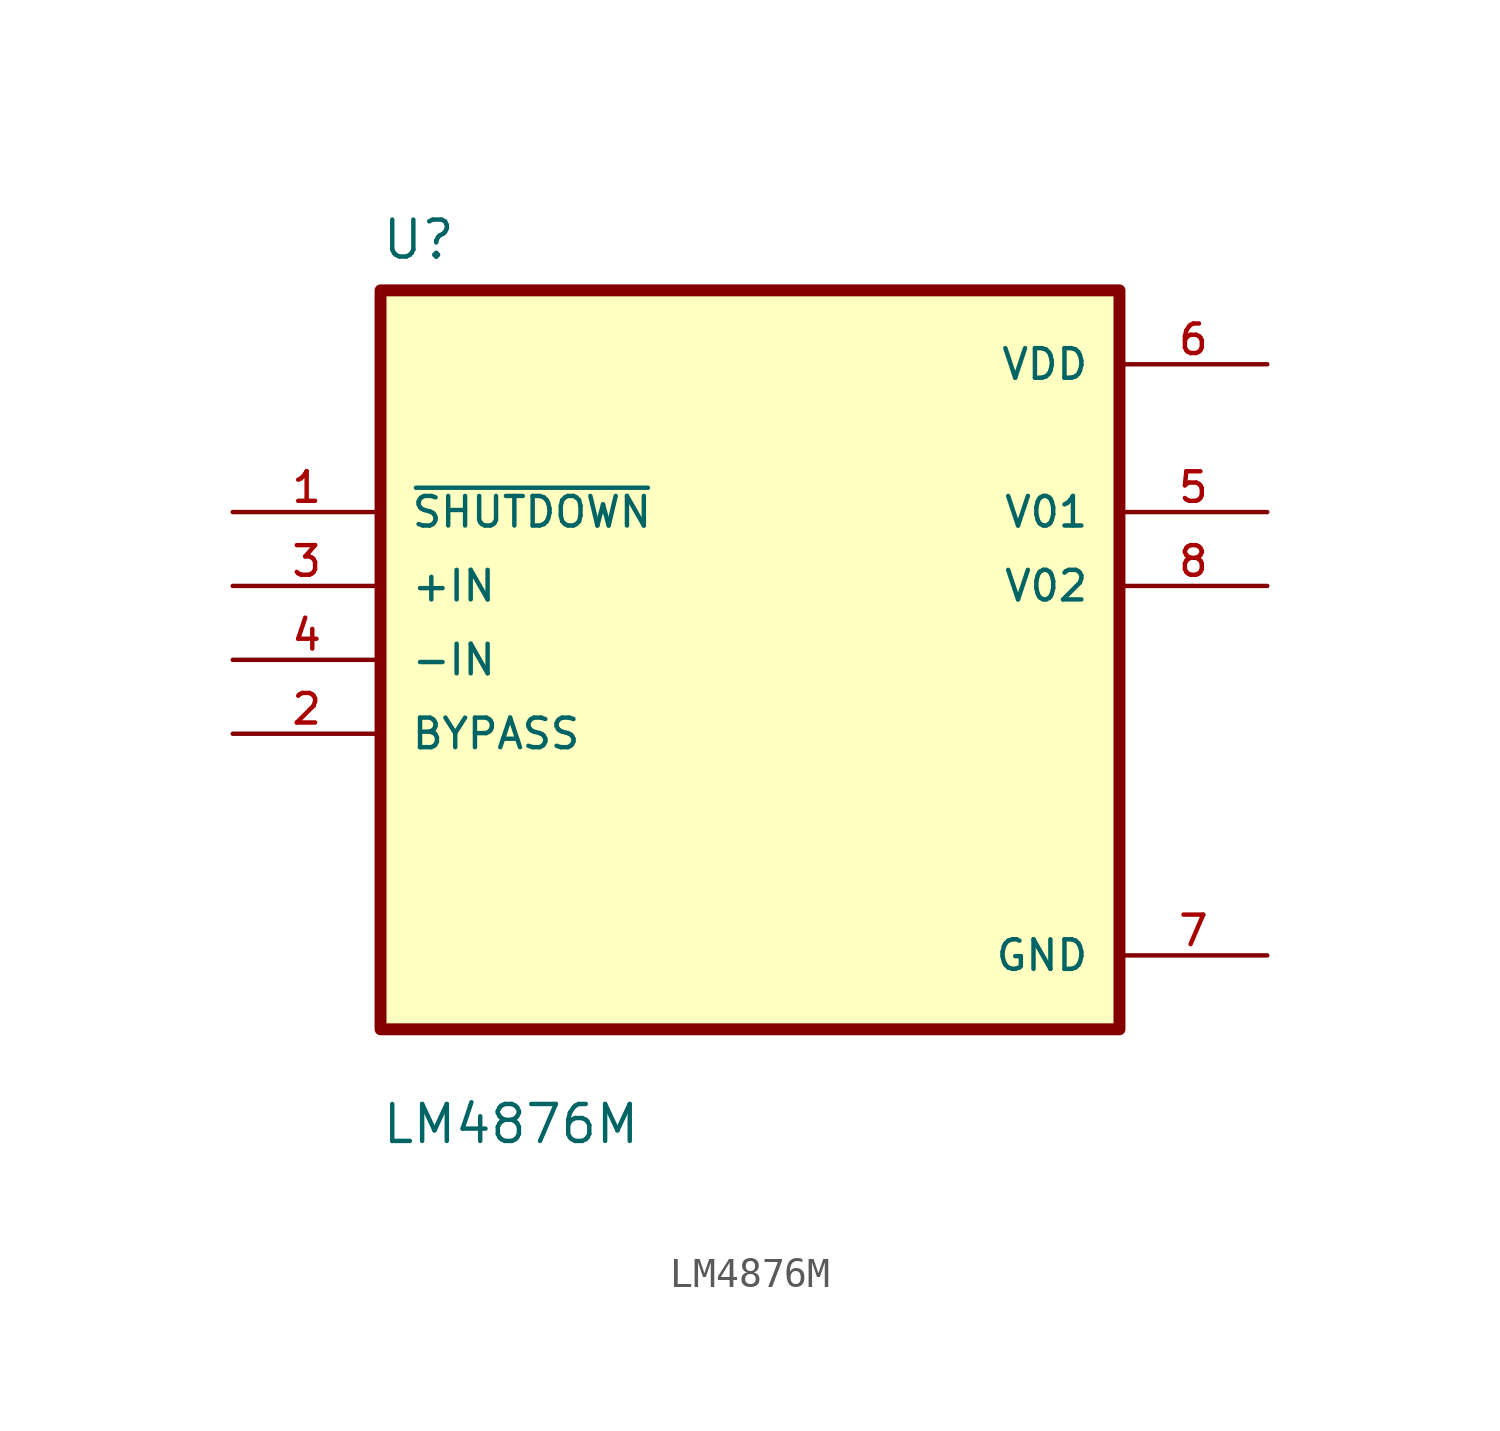
<source format=kicad_sym>
(kicad_symbol_lib
  (version 20211014)
  (generator kicad_symbol_editor)
  (symbol "LM4876M"
    (pin_names
      (offset 1.016))
    (property "Reference" "U"
      (at -12.7 13.7 0.0)
      (effects (font (size 1.27 1.27)) (justify bottom left)))
    (property "Value" "LM4876M"
      (at -12.7 -16.7 0.0)
      (effects (font (size 1.27 1.27)) (justify bottom left)))
    (symbol "LM4876M_0_0"
      (rectangle (start -12.7 -12.7) (end 12.7 12.7) (stroke (width 0.41)) (fill (type background)))
      (pin input line (at -17.78 5.08 0) (length 5.08) (name "~{SHUTDOWN}" (effects (font (size 1.016 1.016)))) (number "1" (effects (font (size 1.016 1.016)))))
      (pin input line (at -17.78 2.54 0) (length 5.08) (name "+IN" (effects (font (size 1.016 1.016)))) (number "3" (effects (font (size 1.016 1.016)))))
      (pin input line (at -17.78 -8.88178e-16 0) (length 5.08) (name "-IN" (effects (font (size 1.016 1.016)))) (number "4" (effects (font (size 1.016 1.016)))))
      (pin input line (at -17.78 -2.54 0) (length 5.08) (name "BYPASS" (effects (font (size 1.016 1.016)))) (number "2" (effects (font (size 1.016 1.016)))))
      (pin power_in line (at 17.78 10.16 180.0) (length 5.08) (name "VDD" (effects (font (size 1.016 1.016)))) (number "6" (effects (font (size 1.016 1.016)))))
      (pin output line (at 17.78 5.08 180.0) (length 5.08) (name "V01" (effects (font (size 1.016 1.016)))) (number "5" (effects (font (size 1.016 1.016)))))
      (pin output line (at 17.78 2.54 180.0) (length 5.08) (name "V02" (effects (font (size 1.016 1.016)))) (number "8" (effects (font (size 1.016 1.016)))))
      (pin power_in line (at 17.78 -10.16 180.0) (length 5.08) (name "GND" (effects (font (size 1.016 1.016)))) (number "7" (effects (font (size 1.016 1.016))))))))
</source>
